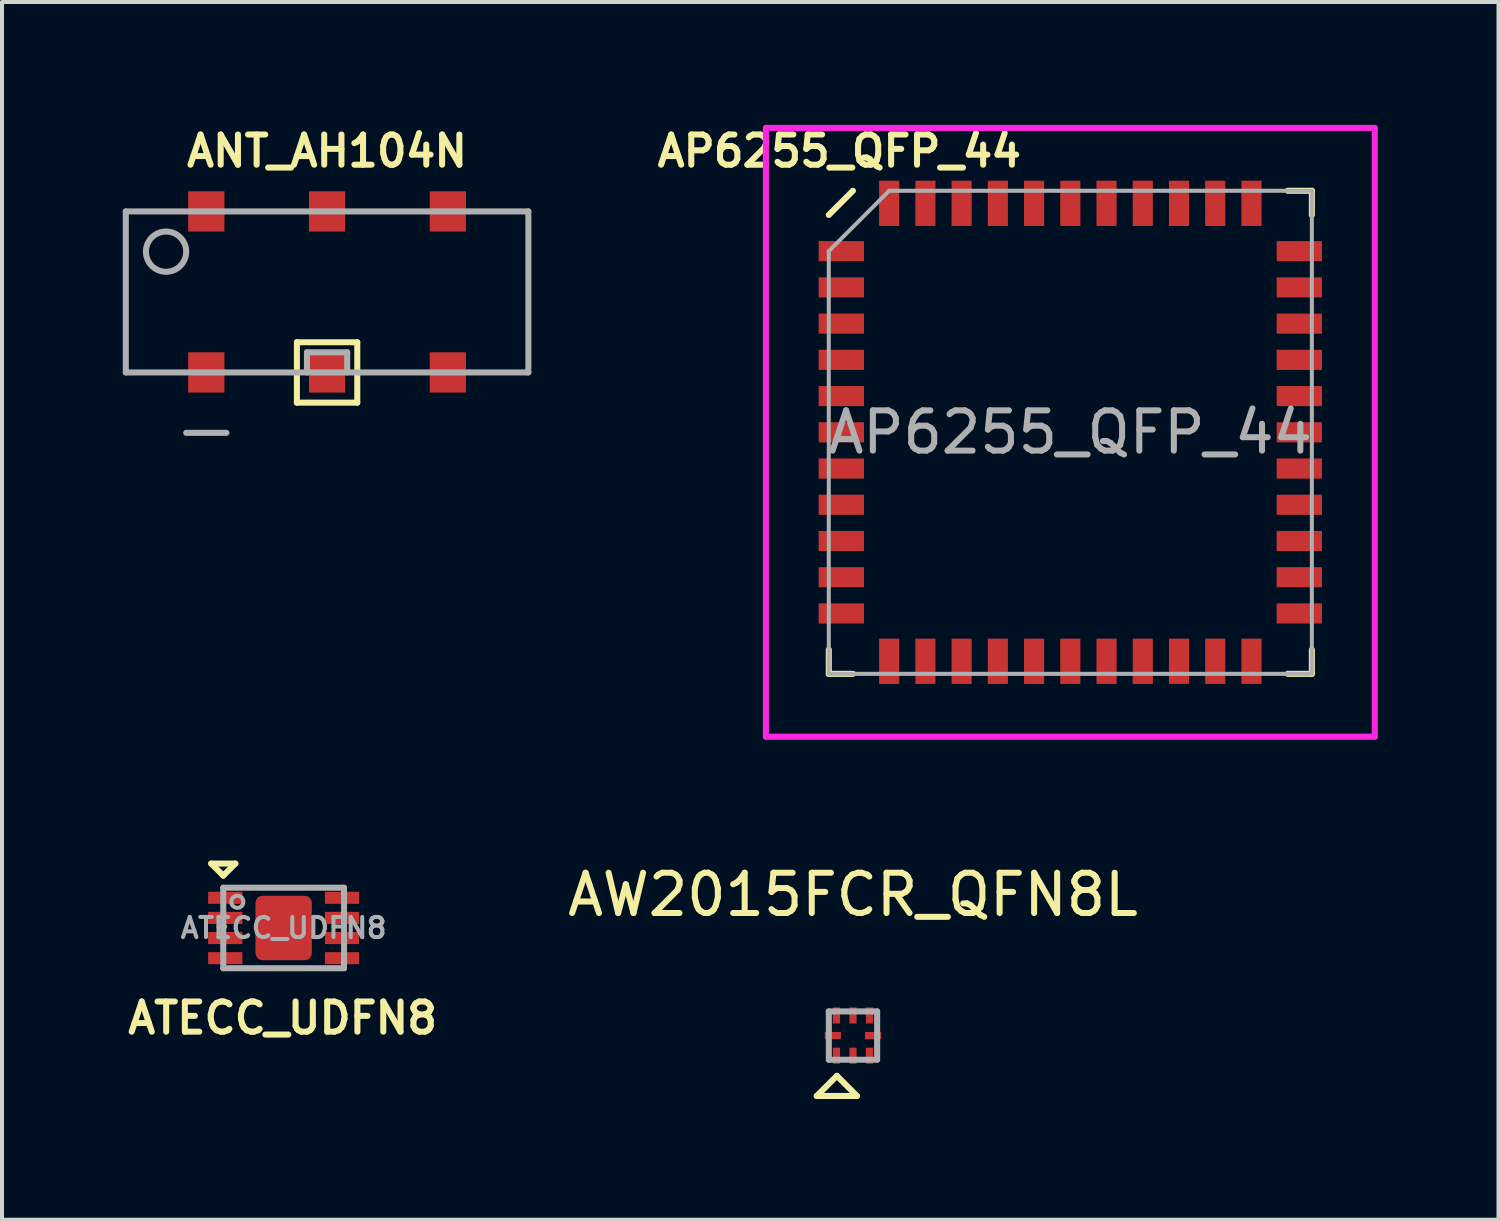
<source format=kicad_pcb>
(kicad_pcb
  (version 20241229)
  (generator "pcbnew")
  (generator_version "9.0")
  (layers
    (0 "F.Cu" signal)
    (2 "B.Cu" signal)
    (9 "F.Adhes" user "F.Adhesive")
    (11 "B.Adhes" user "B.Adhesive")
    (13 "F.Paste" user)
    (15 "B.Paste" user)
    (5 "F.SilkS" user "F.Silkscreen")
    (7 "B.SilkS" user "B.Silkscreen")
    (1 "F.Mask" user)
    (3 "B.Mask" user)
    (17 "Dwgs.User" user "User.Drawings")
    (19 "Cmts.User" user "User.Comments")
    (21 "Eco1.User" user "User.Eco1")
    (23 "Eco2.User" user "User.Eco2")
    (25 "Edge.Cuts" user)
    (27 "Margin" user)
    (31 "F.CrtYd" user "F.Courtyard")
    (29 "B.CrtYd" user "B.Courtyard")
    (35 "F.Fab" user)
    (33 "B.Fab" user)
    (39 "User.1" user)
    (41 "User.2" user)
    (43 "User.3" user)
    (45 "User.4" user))
  (footprint "ANT_AH104N"
    (layer "F.Cu")
    (at 5.075 4.202)
    (property "Reference" "ANT_AH104N" (at 0 -3.5 0) (layer "F.SilkS") (effects (font (size 0.75 0.75) (thickness 0.15))))
    (attr through_hole)
    (fp_line (start -0.75 1.25) (end 0.75 1.25) (stroke (width 0.15) (type solid)) (layer "F.SilkS"))
    (fp_line (start -0.75 2.75) (end -0.75 1.25) (stroke (width 0.15) (type solid)) (layer "F.SilkS"))
    (fp_line (start 0.75 1.25) (end 0.75 2.75) (stroke (width 0.15) (type solid)) (layer "F.SilkS"))
    (fp_line (start 0.75 2.75) (end -0.75 2.75) (stroke (width 0.15) (type solid)) (layer "F.SilkS"))
    (fp_line (start -5 -2) (end 5 -2) (stroke (width 0.15) (type solid)) (layer "F.Fab"))
    (fp_line (start -5 2) (end -5 -2) (stroke (width 0.15) (type solid)) (layer "F.Fab"))
    (fp_line (start -3.5 3.5) (end -2.5 3.5) (stroke (width 0.15) (type solid)) (layer "F.Fab"))
    (fp_line (start -0.5 1.5) (end 0.5 1.5) (stroke (width 0.15) (type solid)) (layer "F.Fab"))
    (fp_line (start -0.5 2) (end -0.5 1.5) (stroke (width 0.15) (type solid)) (layer "F.Fab"))
    (fp_line (start 0.5 1.5) (end 0.5 2) (stroke (width 0.15) (type solid)) (layer "F.Fab"))
    (fp_line (start 5 -2) (end 5 2) (stroke (width 0.15) (type solid)) (layer "F.Fab"))
    (fp_line (start 5 2) (end -5 2) (stroke (width 0.15) (type solid)) (layer "F.Fab"))
    (fp_circle (center -4 -1) (end -3.5 -1) (stroke (width 0.15) (type solid)) (fill no) (layer "F.Fab"))
    (pad "1" smd rect (at 0 2) (size 0.9 1) (layers "F.Cu" "F.Mask" "F.Paste"))
    (pad "2" smd rect (at -3 2) (size 0.9 1) (layers "F.Cu" "F.Mask" "F.Paste"))
    (pad "3" smd rect (at -3 -2) (size 0.9 1) (layers "F.Cu" "F.Mask" "F.Paste"))
    (pad "4" smd rect (at 0 -2) (size 0.9 1) (layers "F.Cu" "F.Mask" "F.Paste"))
    (pad "5" smd rect (at 3 -2) (size 0.9 1) (layers "F.Cu" "F.Mask" "F.Paste"))
    (pad "6" smd rect (at 3 2) (size 0.9 1) (layers "F.Cu" "F.Mask" "F.Paste")))
  (footprint "AP6255_QFP_44"
    (layer "F.Cu")
    (at 23.538 7.689)
    (property "Reference" "AP6255_QFP_44" (at -5.737 -6.987 0) (layer "F.SilkS") (effects (font (size 0.75 0.75) (thickness 0.15))))
    (attr through_hole)
    (fp_line (start -6 -5.4) (end -5.4 -6) (stroke (width 0.15) (type solid)) (layer "F.SilkS"))
    (fp_line (start -6 6) (end -6 5.4) (stroke (width 0.15) (type solid)) (layer "F.SilkS"))
    (fp_line (start -5.4 6) (end -6 6) (stroke (width 0.15) (type solid)) (layer "F.SilkS"))
    (fp_line (start 5.4 -6) (end 6 -6) (stroke (width 0.15) (type solid)) (layer "F.SilkS"))
    (fp_line (start 5.4 6) (end 6 6) (stroke (width 0.15) (type solid)) (layer "F.SilkS"))
    (fp_line (start 6 -6) (end 6 -5.4) (stroke (width 0.15) (type solid)) (layer "F.SilkS"))
    (fp_line (start 6 6) (end 6 5.4) (stroke (width 0.15) (type solid)) (layer "F.SilkS"))
    (fp_line (start -7.562 -7.562) (end 7.562 -7.562) (stroke (width 0.15) (type solid)) (layer "F.CrtYd"))
    (fp_line (start -7.562 7.562) (end -7.562 -7.562) (stroke (width 0.15) (type solid)) (layer "F.CrtYd"))
    (fp_line (start 7.562 -7.562) (end 7.562 7.562) (stroke (width 0.15) (type solid)) (layer "F.CrtYd"))
    (fp_line (start 7.562 7.562) (end -7.562 7.562) (stroke (width 0.15) (type solid)) (layer "F.CrtYd"))
    (fp_line (start -6 -4.5) (end -4.5 -6) (stroke (width 0.1) (type solid)) (layer "F.Fab"))
    (fp_line (start -6 6) (end -6 -4.5) (stroke (width 0.1) (type solid)) (layer "F.Fab"))
    (fp_line (start -4.5 -6) (end 6 -6) (stroke (width 0.1) (type solid)) (layer "F.Fab"))
    (fp_line (start 6 -6) (end 6 6) (stroke (width 0.1) (type solid)) (layer "F.Fab"))
    (fp_line (start 6 6) (end -6 6) (stroke (width 0.1) (type solid)) (layer "F.Fab"))
    (fp_text user "${REFERENCE}" (at 0 0 0) (layer "F.Fab") (effects (font (size 1 1) (thickness 0.15))))
    (pad "1" smd rect (at -5.688 -4.5 90) (size 0.5 1.125) (layers "F.Cu" "F.Mask" "F.Paste"))
    (pad "2" smd rect (at -5.688 -3.6 90) (size 0.5 1.125) (layers "F.Cu" "F.Mask" "F.Paste"))
    (pad "3" smd rect (at -5.688 -2.7 90) (size 0.5 1.125) (layers "F.Cu" "F.Mask" "F.Paste"))
    (pad "4" smd rect (at -5.688 -1.8 90) (size 0.5 1.125) (layers "F.Cu" "F.Mask" "F.Paste"))
    (pad "5" smd rect (at -5.688 -0.9 90) (size 0.5 1.125) (layers "F.Cu" "F.Mask" "F.Paste"))
    (pad "6" smd rect (at -5.688 0 90) (size 0.5 1.125) (layers "F.Cu" "F.Mask" "F.Paste"))
    (pad "7" smd rect (at -5.688 0.9 90) (size 0.5 1.125) (layers "F.Cu" "F.Mask" "F.Paste"))
    (pad "8" smd rect (at -5.688 1.8 90) (size 0.5 1.125) (layers "F.Cu" "F.Mask" "F.Paste"))
    (pad "9" smd rect (at -5.688 2.7 90) (size 0.5 1.125) (layers "F.Cu" "F.Mask" "F.Paste"))
    (pad "10" smd rect (at -5.688 3.6 90) (size 0.5 1.125) (layers "F.Cu" "F.Mask" "F.Paste"))
    (pad "11" smd rect (at -5.688 4.5 90) (size 0.5 1.125) (layers "F.Cu" "F.Mask" "F.Paste"))
    (pad "12" smd rect (at -4.5 5.688) (size 0.5 1.125) (layers "F.Cu" "F.Mask" "F.Paste"))
    (pad "13" smd rect (at -3.6 5.688) (size 0.5 1.125) (layers "F.Cu" "F.Mask" "F.Paste"))
    (pad "14" smd rect (at -2.7 5.688) (size 0.5 1.125) (layers "F.Cu" "F.Mask" "F.Paste"))
    (pad "15" smd rect (at -1.8 5.688) (size 0.5 1.125) (layers "F.Cu" "F.Mask" "F.Paste"))
    (pad "16" smd rect (at -0.9 5.688) (size 0.5 1.125) (layers "F.Cu" "F.Mask" "F.Paste"))
    (pad "17" smd rect (at 0 5.688) (size 0.5 1.125) (layers "F.Cu" "F.Mask" "F.Paste"))
    (pad "18" smd rect (at 0.9 5.688) (size 0.5 1.125) (layers "F.Cu" "F.Mask" "F.Paste"))
    (pad "19" smd rect (at 1.8 5.688) (size 0.5 1.125) (layers "F.Cu" "F.Mask" "F.Paste"))
    (pad "20" smd rect (at 2.7 5.688) (size 0.5 1.125) (layers "F.Cu" "F.Mask" "F.Paste"))
    (pad "21" smd rect (at 3.6 5.688) (size 0.5 1.125) (layers "F.Cu" "F.Mask" "F.Paste"))
    (pad "22" smd rect (at 4.5 5.688) (size 0.5 1.125) (layers "F.Cu" "F.Mask" "F.Paste"))
    (pad "23" smd rect (at 5.688 4.5 90) (size 0.5 1.125) (layers "F.Cu" "F.Mask" "F.Paste"))
    (pad "24" smd rect (at 5.688 3.6 90) (size 0.5 1.125) (layers "F.Cu" "F.Mask" "F.Paste"))
    (pad "25" smd rect (at 5.688 2.7 90) (size 0.5 1.125) (layers "F.Cu" "F.Mask" "F.Paste"))
    (pad "26" smd rect (at 5.688 1.8 90) (size 0.5 1.125) (layers "F.Cu" "F.Mask" "F.Paste"))
    (pad "27" smd rect (at 5.688 0.9 90) (size 0.5 1.125) (layers "F.Cu" "F.Mask" "F.Paste"))
    (pad "28" smd rect (at 5.688 0 90) (size 0.5 1.125) (layers "F.Cu" "F.Mask" "F.Paste"))
    (pad "29" smd rect (at 5.688 -0.9 90) (size 0.5 1.125) (layers "F.Cu" "F.Mask" "F.Paste"))
    (pad "30" smd rect (at 5.688 -1.8 90) (size 0.5 1.125) (layers "F.Cu" "F.Mask" "F.Paste"))
    (pad "31" smd rect (at 5.688 -2.7 90) (size 0.5 1.125) (layers "F.Cu" "F.Mask" "F.Paste"))
    (pad "32" smd rect (at 5.688 -3.6 90) (size 0.5 1.125) (layers "F.Cu" "F.Mask" "F.Paste"))
    (pad "33" smd rect (at 5.688 -4.5 90) (size 0.5 1.125) (layers "F.Cu" "F.Mask" "F.Paste"))
    (pad "34" smd rect (at 4.5 -5.688) (size 0.5 1.125) (layers "F.Cu" "F.Mask" "F.Paste"))
    (pad "35" smd rect (at 3.6 -5.688) (size 0.5 1.125) (layers "F.Cu" "F.Mask" "F.Paste"))
    (pad "36" smd rect (at 2.7 -5.688) (size 0.5 1.125) (layers "F.Cu" "F.Mask" "F.Paste"))
    (pad "37" smd rect (at 1.8 -5.688) (size 0.5 1.125) (layers "F.Cu" "F.Mask" "F.Paste"))
    (pad "38" smd rect (at 0.9 -5.688) (size 0.5 1.125) (layers "F.Cu" "F.Mask" "F.Paste"))
    (pad "39" smd rect (at 0 -5.688) (size 0.5 1.125) (layers "F.Cu" "F.Mask" "F.Paste"))
    (pad "40" smd rect (at -0.9 -5.688) (size 0.5 1.125) (layers "F.Cu" "F.Mask" "F.Paste"))
    (pad "41" smd rect (at -1.8 -5.688) (size 0.5 1.125) (layers "F.Cu" "F.Mask" "F.Paste"))
    (pad "42" smd rect (at -2.7 -5.688) (size 0.5 1.125) (layers "F.Cu" "F.Mask" "F.Paste"))
    (pad "43" smd rect (at -3.6 -5.688) (size 0.5 1.125) (layers "F.Cu" "F.Mask" "F.Paste"))
    (pad "44" smd rect (at -4.5 -5.688) (size 0.5 1.125) (layers "F.Cu" "F.Mask" "F.Paste")))
  (footprint "ATECC_UDFN8"
    (layer "F.Cu")
    (at 3.996 20.002)
    (property "Reference" "ATECC_UDFN8" (at -0.025 2.237 0) (layer "F.SilkS") (effects (font (size 0.75 0.75) (thickness 0.15))))
    (attr through_hole)
    (fp_line (start -1.8 -1.6) (end -1.2 -1.6) (stroke (width 0.15) (type solid)) (layer "F.SilkS"))
    (fp_line (start -1.5 -1.3) (end -1.8 -1.6) (stroke (width 0.15) (type solid)) (layer "F.SilkS"))
    (fp_line (start -1.2 -1.6) (end -1.5 -1.3) (stroke (width 0.15) (type solid)) (layer "F.SilkS"))
    (fp_line (start -1.5 -1) (end -1.5 1) (stroke (width 0.15) (type solid)) (layer "F.Fab"))
    (fp_line (start -1.5 1) (end 1.5 1) (stroke (width 0.15) (type solid)) (layer "F.Fab"))
    (fp_line (start 1.5 -1) (end -1.5 -1) (stroke (width 0.15) (type solid)) (layer "F.Fab"))
    (fp_line (start 1.5 1) (end 1.5 -1) (stroke (width 0.15) (type solid)) (layer "F.Fab"))
    (fp_circle (center -1.15 -0.65) (end -1.15 -0.5) (stroke (width 0.1) (type solid)) (fill no) (layer "F.Fab"))
    (fp_text user "${REFERENCE}" (at 0 0 0) (layer "F.Fab") (effects (font (size 0.5 0.5) (thickness 0.1))))
    (pad "1" smd rect (at -1.45 -0.75) (size 0.85 0.3) (layers "F.Cu" "F.Mask" "F.Paste"))
    (pad "2" smd rect (at -1.45 -0.25) (size 0.85 0.3) (layers "F.Cu" "F.Mask" "F.Paste"))
    (pad "3" smd rect (at -1.45 0.25) (size 0.85 0.3) (layers "F.Cu" "F.Mask" "F.Paste"))
    (pad "4" smd rect (at -1.45 0.75) (size 0.85 0.3) (layers "F.Cu" "F.Mask" "F.Paste"))
    (pad "5" smd rect (at 1.45 0.75) (size 0.85 0.3) (layers "F.Cu" "F.Mask" "F.Paste"))
    (pad "6" smd rect (at 1.45 0.25) (size 0.85 0.3) (layers "F.Cu" "F.Mask" "F.Paste"))
    (pad "7" smd rect (at 1.45 -0.25) (size 0.85 0.3) (layers "F.Cu" "F.Mask" "F.Paste"))
    (pad "8" smd rect (at 1.45 -0.75) (size 0.85 0.3) (layers "F.Cu" "F.Mask" "F.Paste"))
    (pad "9" smd roundrect (at 0 0) (size 1.4 1.6) (layers "F.Cu" "F.Mask" "F.Paste") (roundrect_rratio 0.125)))
  (footprint "AW2015FCR_QFN8L"
    (layer "F.Cu")
    (at 18.139 22.675)
    (property "Reference" "AW2015FCR_QFN8L" (at 0 -3.5 0) (layer "F.SilkS") (effects (font (size 1 1) (thickness 0.15))))
    (attr through_hole)
    (fp_line (start -0.9 1.5) (end 0.1 1.5) (stroke (width 0.15) (type solid)) (layer "F.SilkS"))
    (fp_line (start -0.4 1) (end -0.9 1.5) (stroke (width 0.15) (type solid)) (layer "F.SilkS"))
    (fp_line (start 0.1 1.5) (end -0.4 1) (stroke (width 0.15) (type solid)) (layer "F.SilkS"))
    (fp_line (start -0.6 -0.6) (end 0.6 -0.6) (stroke (width 0.15) (type solid)) (layer "F.Fab"))
    (fp_line (start -0.6 0.6) (end -0.6 -0.6) (stroke (width 0.15) (type solid)) (layer "F.Fab"))
    (fp_line (start 0.6 -0.6) (end 0.6 0.6) (stroke (width 0.15) (type solid)) (layer "F.Fab"))
    (fp_line (start 0.6 0.6) (end -0.6 0.6) (stroke (width 0.15) (type solid)) (layer "F.Fab"))
    (pad "1" smd rect (at -0.41 0.5) (size 0.18 0.4) (layers "F.Cu" "F.Mask" "F.Paste"))
    (pad "2" smd rect (at 0 0.5) (size 0.18 0.4) (layers "F.Cu" "F.Mask" "F.Paste"))
    (pad "3" smd rect (at 0.41 0.5) (size 0.18 0.4) (layers "F.Cu" "F.Mask" "F.Paste"))
    (pad "4" smd rect (at 0.5 0) (size 0.4 0.18) (layers "F.Cu" "F.Mask" "F.Paste"))
    (pad "5" smd rect (at 0.41 -0.5) (size 0.18 0.4) (layers "F.Cu" "F.Mask" "F.Paste"))
    (pad "6" smd rect (at 0 -0.5) (size 0.18 0.4) (layers "F.Cu" "F.Mask" "F.Paste"))
    (pad "7" smd rect (at -0.41 -0.5) (size 0.18 0.4) (layers "F.Cu" "F.Mask" "F.Paste"))
    (pad "8" smd rect (at -0.5 0) (size 0.4 0.18) (layers "F.Cu" "F.Mask" "F.Paste")))
  (gr_rect
    (start -3 -3)
    (end 34.175 27.25)
    (stroke (width 0.1) (type default))
    (fill no)
    (layer "Edge.Cuts")))
</source>
